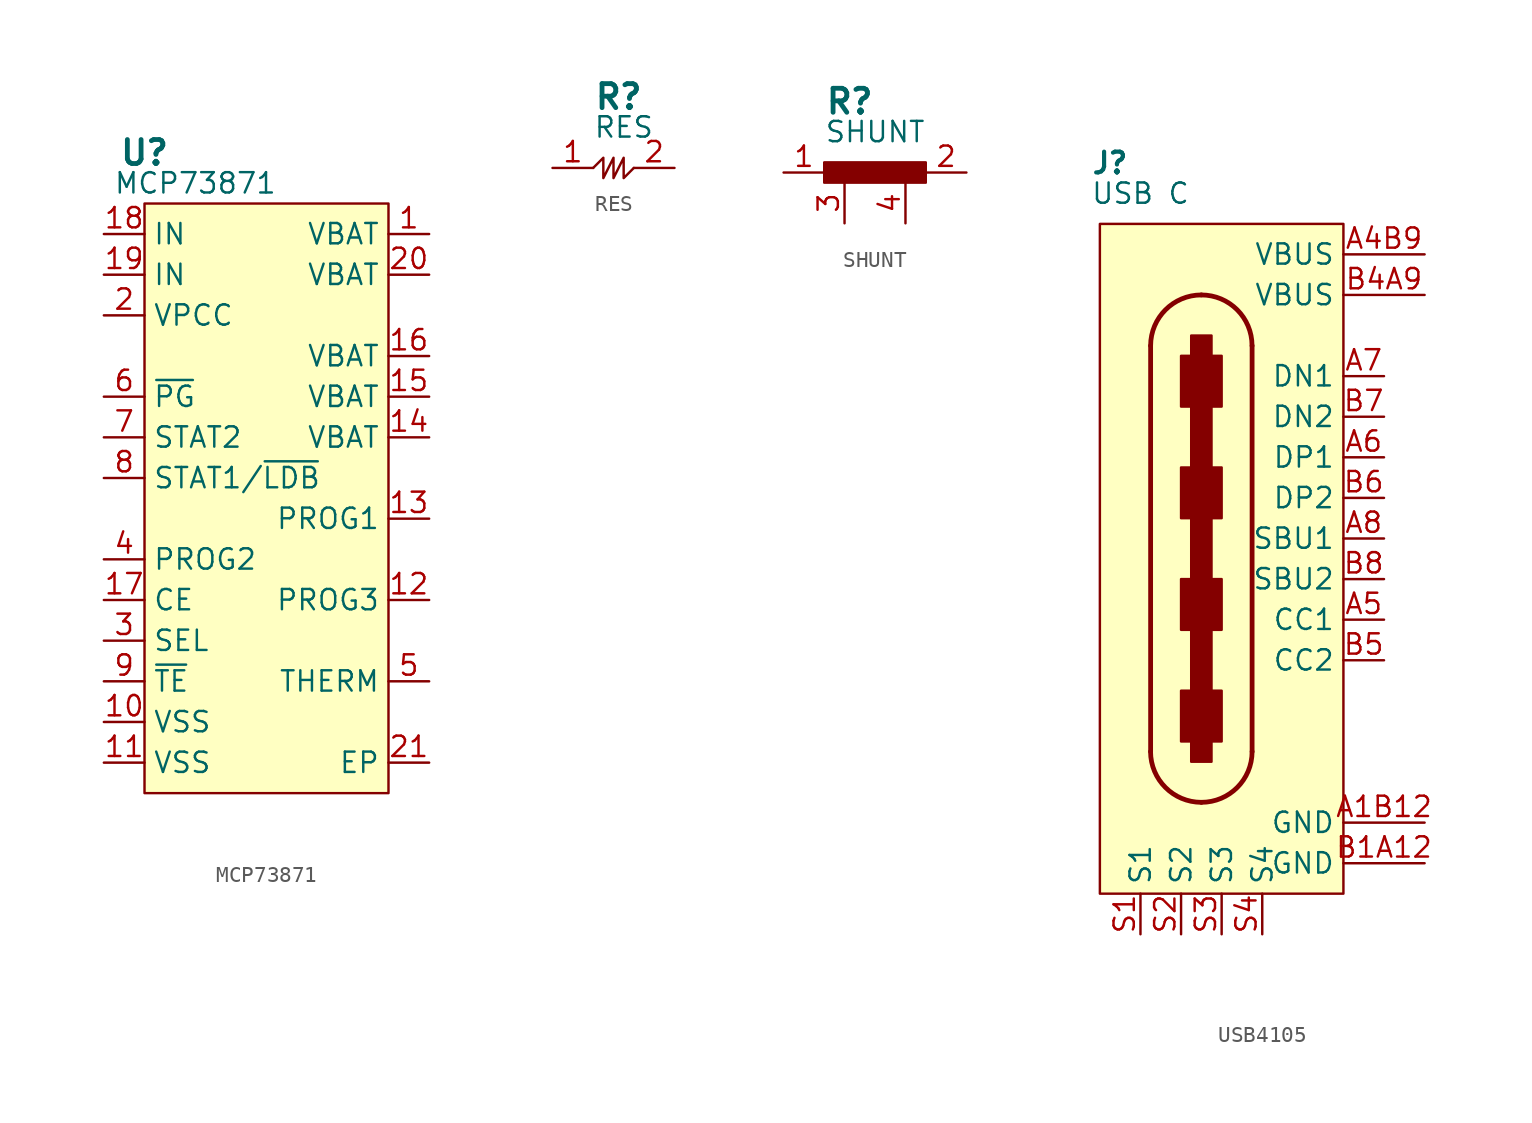
<source format=kicad_sym>
(kicad_symbol_lib
  (version 20231120)
  (generator "kicad_symbol_editor")
  (generator_version "8.0")
  (symbol "MCP73871"
    (property "Reference" "U"
      (at 0 3.175 0)
      (effects (font (size 1.5 1.5) (bold yes))))
    (property "Value" "MCP73871"
      (at 3.175 1.27 0)
      (effects (font (size 1.27 1.27))))
    (symbol "MCP73871_1_1"
      (rectangle (start 0 0) (end 15.24 -36.83) (stroke (width 0) (type default)) (fill (type background)))
      (pin power_out line (at 17.78 -1.905 180) (length 2.54) (name "VBAT" (effects (font (size 1.27 1.27)))) (number "1" (effects (font (size 1.27 1.27)))))
      (pin passive line (at -2.54 -32.385 0) (length 2.54) (name "VSS" (effects (font (size 1.27 1.27)))) (number "10" (effects (font (size 1.27 1.27)))))
      (pin passive line (at -2.54 -34.925 0) (length 2.54) (name "VSS" (effects (font (size 1.27 1.27)))) (number "11" (effects (font (size 1.27 1.27)))))
      (pin input line (at 17.78 -24.765 180) (length 2.54) (name "PROG3" (effects (font (size 1.27 1.27)))) (number "12" (effects (font (size 1.27 1.27)))))
      (pin input line (at 17.78 -19.685 180) (length 2.54) (name "PROG1" (effects (font (size 1.27 1.27)))) (number "13" (effects (font (size 1.27 1.27)))))
      (pin passive line (at 17.78 -14.605 180) (length 2.54) (name "VBAT" (effects (font (size 1.27 1.27)))) (number "14" (effects (font (size 1.27 1.27)))))
      (pin passive line (at 17.78 -12.065 180) (length 2.54) (name "VBAT" (effects (font (size 1.27 1.27)))) (number "15" (effects (font (size 1.27 1.27)))))
      (pin passive line (at 17.78 -9.525 180) (length 2.54) (name "VBAT" (effects (font (size 1.27 1.27)))) (number "16" (effects (font (size 1.27 1.27)))))
      (pin input line (at -2.54 -24.765 0) (length 2.54) (name "CE" (effects (font (size 1.27 1.27)))) (number "17" (effects (font (size 1.27 1.27)))))
      (pin power_in line (at -2.54 -1.905 0) (length 2.54) (name "IN" (effects (font (size 1.27 1.27)))) (number "18" (effects (font (size 1.27 1.27)))))
      (pin power_in line (at -2.54 -4.445 0) (length 2.54) (name "IN" (effects (font (size 1.27 1.27)))) (number "19" (effects (font (size 1.27 1.27)))))
      (pin power_in line (at -2.54 -6.985 0) (length 2.54) (name "VPCC" (effects (font (size 1.27 1.27)))) (number "2" (effects (font (size 1.27 1.27)))))
      (pin power_out line (at 17.78 -4.445 180) (length 2.54) (name "VBAT" (effects (font (size 1.27 1.27)))) (number "20" (effects (font (size 1.27 1.27)))))
      (pin passive line (at 17.78 -34.925 180) (length 2.54) (name "EP" (effects (font (size 1.27 1.27)))) (number "21" (effects (font (size 1.27 1.27)))))
      (pin input line (at -2.54 -27.305 0) (length 2.54) (name "SEL" (effects (font (size 1.27 1.27)))) (number "3" (effects (font (size 1.27 1.27)))))
      (pin input line (at -2.54 -22.225 0) (length 2.54) (name "PROG2" (effects (font (size 1.27 1.27)))) (number "4" (effects (font (size 1.27 1.27)))))
      (pin input line (at 17.78 -29.845 180) (length 2.54) (name "THERM" (effects (font (size 1.27 1.27)))) (number "5" (effects (font (size 1.27 1.27)))))
      (pin output line (at -2.54 -12.065 0) (length 2.54) (name "~{PG}" (effects (font (size 1.27 1.27)))) (number "6" (effects (font (size 1.27 1.27)))))
      (pin output line (at -2.54 -14.605 0) (length 2.54) (name "STAT2" (effects (font (size 1.27 1.27)))) (number "7" (effects (font (size 1.27 1.27)))))
      (pin output line (at -2.54 -17.145 0) (length 2.54) (name "STAT1/~{LDB}" (effects (font (size 1.27 1.27)))) (number "8" (effects (font (size 1.27 1.27)))))
      (pin input line (at -2.54 -29.845 0) (length 2.54) (name "~{TE}" (effects (font (size 1.27 1.27)))) (number "9" (effects (font (size 1.27 1.27)))))))
  (symbol "RES"
    (pin_names hide)
    (property "Reference" "R"
      (at 0 1.905 0)
      (effects (font (size 1.5 1.5) (bold yes)) (justify left)))
    (property "Value" "RES"
      (at 0 0 0)
      (effects (font (size 1.27 1.27)) (justify left)))
    (symbol "RES_0_1"
      (polyline (pts (xy 0 -2.54) (xy 0.635 -1.905) (xy 0.635 -3.175) (xy 1.27 -1.905) (xy 1.27 -3.175) (xy 1.905 -1.905) (xy 1.905 -3.175) (xy 2.54 -2.54)) (stroke (width 0) (type default)) (fill (type none))))
    (symbol "RES_1_1"
      (pin bidirectional line (at -2.54 -2.54 0) (length 2.54) (name "1" (effects (font (size 1.27 1.27)))) (number "1" (effects (font (size 1.27 1.27)))))
      (pin bidirectional line (at 5.08 -2.54 180) (length 2.54) (name "2" (effects (font (size 1.27 1.27)))) (number "2" (effects (font (size 1.27 1.27)))))))
  (symbol "SHUNT"
    (pin_names hide)
    (property "Reference" "R"
      (at 0 0 0)
      (effects (font (size 1.5 1.5) (bold yes)) (justify left)))
    (property "Value" "SHUNT"
      (at 0 -1.905 0)
      (effects (font (size 1.27 1.27)) (justify left)))
    (symbol "SHUNT_1_1"
      (rectangle (start 0 -3.81) (end 6.35 -5.08) (stroke (width 0) (type default)) (fill (type outline)))
      (pin passive line (at -2.54 -4.445 0) (length 2.54) (name "1" (effects (font (size 1.27 1.27)))) (number "1" (effects (font (size 1.27 1.27)))))
      (pin passive line (at 8.89 -4.445 180) (length 2.54) (name "2" (effects (font (size 1.27 1.27)))) (number "2" (effects (font (size 1.27 1.27)))))
      (pin passive line (at 1.27 -7.62 90) (length 2.54) (name "3" (effects (font (size 1.27 1.27)))) (number "3" (effects (font (size 1.27 1.27)))))
      (pin passive line (at 5.08 -7.62 90) (length 2.54) (name "4" (effects (font (size 1.27 1.27)))) (number "4" (effects (font (size 1.27 1.27)))))))
  (symbol "USB4105"
    (property "Reference" "J"
      (at 0.635 -1.905 0)
      (effects (font (size 1.3 1.3) (bold yes))))
    (property "Value" "USB C"
      (at 2.54 -3.81 0)
      (effects (font (size 1.27 1.27))))
    (symbol "USB4105_1_1"
      (rectangle (start 0 -5.715) (end 15.24 -47.625) (stroke (width 0) (type default)) (fill (type background)))
      (polyline (pts (xy 3.175 -13.335) (xy 3.175 -38.735)) (stroke (width 0.3) (type default)) (fill (type none)))
      (polyline (pts (xy 9.525 -13.335) (xy 9.525 -38.735)) (stroke (width 0.3) (type default)) (fill (type none)))
      (arc (start 3.175 -38.735) (mid 4.1049 -40.9801) (end 6.35 -41.91) (stroke (width 0.3) (type default)) (fill (type none)))
      (rectangle (start 5.08 -34.925) (end 5.715 -38.1) (stroke (width 0) (type default)) (fill (type outline)))
      (rectangle (start 5.08 -27.94) (end 5.715 -31.115) (stroke (width 0) (type default)) (fill (type outline)))
      (rectangle (start 5.08 -20.955) (end 5.715 -24.13) (stroke (width 0) (type default)) (fill (type outline)))
      (rectangle (start 5.08 -13.97) (end 5.715 -17.145) (stroke (width 0) (type default)) (fill (type outline)))
      (rectangle (start 5.715 -12.7) (end 6.985 -39.37) (stroke (width 0) (type default)) (fill (type outline)))
      (arc (start 6.35 -41.91) (mid 8.5951 -40.9801) (end 9.525 -38.735) (stroke (width 0.3) (type default)) (fill (type none)))
      (arc (start 6.35 -10.16) (mid 4.1049 -11.0899) (end 3.175 -13.335) (stroke (width 0.3) (type default)) (fill (type none)))
      (rectangle (start 6.985 -34.925) (end 7.62 -38.1) (stroke (width 0) (type default)) (fill (type outline)))
      (rectangle (start 6.985 -27.94) (end 7.62 -31.115) (stroke (width 0) (type default)) (fill (type outline)))
      (rectangle (start 6.985 -20.955) (end 7.62 -24.13) (stroke (width 0) (type default)) (fill (type outline)))
      (rectangle (start 6.985 -13.97) (end 7.62 -17.145) (stroke (width 0) (type default)) (fill (type outline)))
      (arc (start 9.525 -13.335) (mid 8.5951 -11.0899) (end 6.35 -10.16) (stroke (width 0.3) (type default)) (fill (type none)))
      (pin passive line (at 20.32 -43.18 180) (length 5.08) (name "GND" (effects (font (size 1.27 1.27)))) (number "A1B12" (effects (font (size 1.27 1.27)))))
      (pin passive line (at 20.32 -7.62 180) (length 5.08) (name "VBUS" (effects (font (size 1.27 1.27)))) (number "A4B9" (effects (font (size 1.27 1.27)))))
      (pin passive line (at 17.78 -30.48 180) (length 2.54) (name "CC1" (effects (font (size 1.27 1.27)))) (number "A5" (effects (font (size 1.27 1.27)))))
      (pin passive line (at 17.78 -20.32 180) (length 2.54) (name "DP1" (effects (font (size 1.27 1.27)))) (number "A6" (effects (font (size 1.27 1.27)))))
      (pin passive line (at 17.78 -15.24 180) (length 2.54) (name "DN1" (effects (font (size 1.27 1.27)))) (number "A7" (effects (font (size 1.27 1.27)))))
      (pin passive line (at 17.78 -25.4 180) (length 2.54) (name "SBU1" (effects (font (size 1.27 1.27)))) (number "A8" (effects (font (size 1.27 1.27)))))
      (pin passive line (at 20.32 -45.72 180) (length 5.08) (name "GND" (effects (font (size 1.27 1.27)))) (number "B1A12" (effects (font (size 1.27 1.27)))))
      (pin passive line (at 20.32 -10.16 180) (length 5.08) (name "VBUS" (effects (font (size 1.27 1.27)))) (number "B4A9" (effects (font (size 1.27 1.27)))))
      (pin passive line (at 17.78 -33.02 180) (length 2.54) (name "CC2" (effects (font (size 1.27 1.27)))) (number "B5" (effects (font (size 1.27 1.27)))))
      (pin passive line (at 17.78 -22.86 180) (length 2.54) (name "DP2" (effects (font (size 1.27 1.27)))) (number "B6" (effects (font (size 1.27 1.27)))))
      (pin passive line (at 17.78 -17.78 180) (length 2.54) (name "DN2" (effects (font (size 1.27 1.27)))) (number "B7" (effects (font (size 1.27 1.27)))))
      (pin passive line (at 17.78 -27.94 180) (length 2.54) (name "SBU2" (effects (font (size 1.27 1.27)))) (number "B8" (effects (font (size 1.27 1.27)))))
      (pin passive line (at 2.54 -50.165 90) (length 2.54) (name "S1" (effects (font (size 1.27 1.27)))) (number "S1" (effects (font (size 1.27 1.27)))))
      (pin passive line (at 5.08 -50.165 90) (length 2.54) (name "S2" (effects (font (size 1.27 1.27)))) (number "S2" (effects (font (size 1.27 1.27)))))
      (pin passive line (at 7.62 -50.165 90) (length 2.54) (name "S3" (effects (font (size 1.27 1.27)))) (number "S3" (effects (font (size 1.27 1.27)))))
      (pin passive line (at 10.16 -50.165 90) (length 2.54) (name "S4" (effects (font (size 1.27 1.27)))) (number "S4" (effects (font (size 1.27 1.27))))))))
</source>
